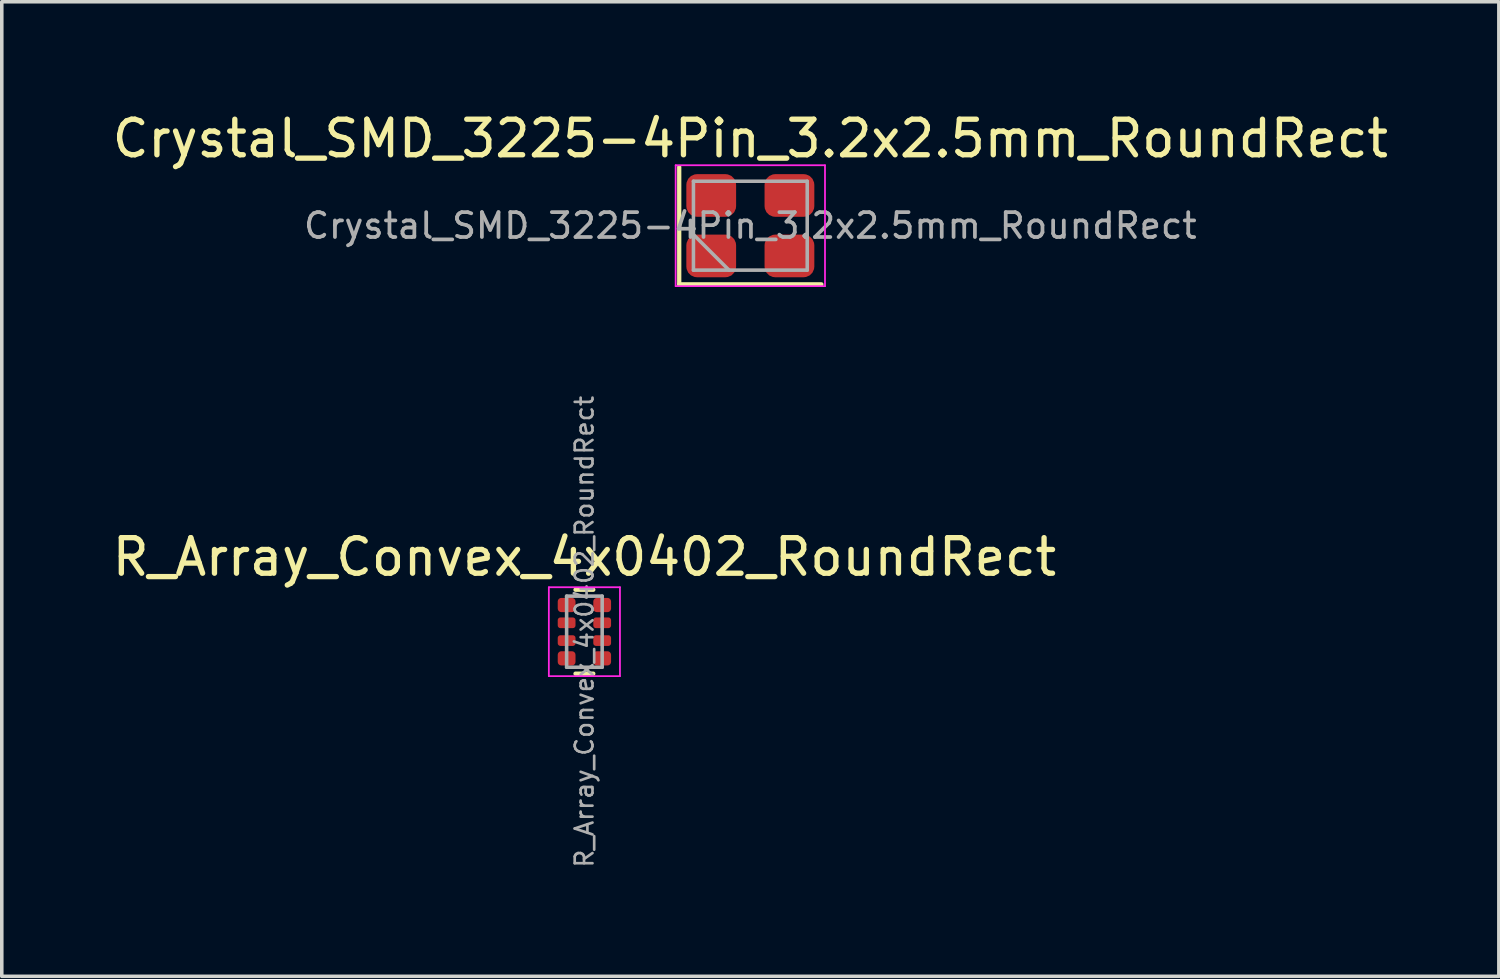
<source format=kicad_pcb>
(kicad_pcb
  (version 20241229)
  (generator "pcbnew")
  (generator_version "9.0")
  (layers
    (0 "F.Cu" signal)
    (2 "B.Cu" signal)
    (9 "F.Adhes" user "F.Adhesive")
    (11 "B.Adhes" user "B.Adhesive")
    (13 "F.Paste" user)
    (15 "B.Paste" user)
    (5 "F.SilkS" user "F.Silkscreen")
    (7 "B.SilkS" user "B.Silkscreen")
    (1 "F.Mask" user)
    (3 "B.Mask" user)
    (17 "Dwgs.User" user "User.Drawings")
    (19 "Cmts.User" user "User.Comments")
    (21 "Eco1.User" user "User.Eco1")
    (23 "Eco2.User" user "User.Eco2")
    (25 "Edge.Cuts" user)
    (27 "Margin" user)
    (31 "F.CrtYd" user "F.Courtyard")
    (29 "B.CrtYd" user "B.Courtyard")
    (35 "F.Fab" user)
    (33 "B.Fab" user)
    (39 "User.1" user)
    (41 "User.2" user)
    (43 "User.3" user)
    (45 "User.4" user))
  (footprint "R_Array_Convex_4x0402_RoundRect"
    (layer "F.Cu")
    (at 13.387 14.717)
    (property "Reference" "R_Array_Convex_4x0402_RoundRect" (at 0 -2.1 0) (layer "F.SilkS") (effects (font (size 1 1) (thickness 0.15))))
    (attr smd)
    (fp_line (start 0.25 -1.18) (end -0.25 -1.18) (stroke (width 0.12) (type solid)) (layer "F.SilkS"))
    (fp_line (start 0.25 1.18) (end -0.25 1.18) (stroke (width 0.12) (type solid)) (layer "F.SilkS"))
    (fp_line (start -1 -1.25) (end -1 1.25) (stroke (width 0.05) (type solid)) (layer "F.CrtYd"))
    (fp_line (start -1 -1.25) (end 1 -1.25) (stroke (width 0.05) (type solid)) (layer "F.CrtYd"))
    (fp_line (start 1 1.25) (end -1 1.25) (stroke (width 0.05) (type solid)) (layer "F.CrtYd"))
    (fp_line (start 1 1.25) (end 1 -1.25) (stroke (width 0.05) (type solid)) (layer "F.CrtYd"))
    (fp_line (start -0.5 -1) (end 0.5 -1) (stroke (width 0.1) (type solid)) (layer "F.Fab"))
    (fp_line (start -0.5 1) (end -0.5 -1) (stroke (width 0.1) (type solid)) (layer "F.Fab"))
    (fp_line (start 0.5 -1) (end 0.5 1) (stroke (width 0.1) (type solid)) (layer "F.Fab"))
    (fp_line (start 0.5 1) (end -0.5 1) (stroke (width 0.1) (type solid)) (layer "F.Fab"))
    (fp_text user "${REFERENCE}" (at 0 0 90) (layer "F.Fab") (effects (font (size 0.5 0.5) (thickness 0.075))))
    (pad "1" smd roundrect (at -0.5 -0.75) (size 0.5 0.4) (layers "F.Cu" "F.Mask" "F.Paste") (roundrect_rratio 0.25))
    (pad "2" smd roundrect (at -0.5 -0.25) (size 0.5 0.3) (layers "F.Cu" "F.Mask" "F.Paste") (roundrect_rratio 0.25))
    (pad "3" smd roundrect (at -0.5 0.25) (size 0.5 0.3) (layers "F.Cu" "F.Mask" "F.Paste") (roundrect_rratio 0.25))
    (pad "4" smd roundrect (at -0.5 0.75) (size 0.5 0.4) (layers "F.Cu" "F.Mask" "F.Paste") (roundrect_rratio 0.25))
    (pad "5" smd roundrect (at 0.5 0.75) (size 0.5 0.4) (layers "F.Cu" "F.Mask" "F.Paste") (roundrect_rratio 0.25))
    (pad "6" smd roundrect (at 0.5 0.25) (size 0.5 0.3) (layers "F.Cu" "F.Mask" "F.Paste") (roundrect_rratio 0.25))
    (pad "7" smd roundrect (at 0.5 -0.25) (size 0.5 0.3) (layers "F.Cu" "F.Mask" "F.Paste") (roundrect_rratio 0.25))
    (pad "8" smd roundrect (at 0.5 -0.75) (size 0.5 0.4) (layers "F.Cu" "F.Mask" "F.Paste") (roundrect_rratio 0.25)))
  (footprint "Crystal_SMD_3225-4Pin_3.2x2.5mm_RoundRect"
    (layer "F.Cu")
    (at 18.054 3.298)
    (property "Reference" "Crystal_SMD_3225-4Pin_3.2x2.5mm_RoundRect" (at 0 -2.45 0) (layer "F.SilkS") (effects (font (size 1 1) (thickness 0.15))))
    (attr smd)
    (fp_line (start -2 -1.65) (end -2 1.65) (stroke (width 0.12) (type solid)) (layer "F.SilkS"))
    (fp_line (start -2 1.65) (end 2 1.65) (stroke (width 0.12) (type solid)) (layer "F.SilkS"))
    (fp_line (start -2.1 -1.7) (end -2.1 1.7) (stroke (width 0.05) (type solid)) (layer "F.CrtYd"))
    (fp_line (start -2.1 1.7) (end 2.1 1.7) (stroke (width 0.05) (type solid)) (layer "F.CrtYd"))
    (fp_line (start 2.1 -1.7) (end -2.1 -1.7) (stroke (width 0.05) (type solid)) (layer "F.CrtYd"))
    (fp_line (start 2.1 1.7) (end 2.1 -1.7) (stroke (width 0.05) (type solid)) (layer "F.CrtYd"))
    (fp_line (start -1.6 -1.25) (end -1.6 1.25) (stroke (width 0.1) (type solid)) (layer "F.Fab"))
    (fp_line (start -1.6 0.25) (end -0.6 1.25) (stroke (width 0.1) (type solid)) (layer "F.Fab"))
    (fp_line (start -1.6 1.25) (end 1.6 1.25) (stroke (width 0.1) (type solid)) (layer "F.Fab"))
    (fp_line (start 1.6 -1.25) (end -1.6 -1.25) (stroke (width 0.1) (type solid)) (layer "F.Fab"))
    (fp_line (start 1.6 1.25) (end 1.6 -1.25) (stroke (width 0.1) (type solid)) (layer "F.Fab"))
    (fp_text user "${REFERENCE}" (at 0 0 0) (layer "F.Fab") (effects (font (size 0.7 0.7) (thickness 0.105))))
    (pad "1" smd roundrect (at -1.1 0.85) (size 1.4 1.2) (layers "F.Cu" "F.Mask" "F.Paste") (roundrect_rratio 0.25))
    (pad "2" smd roundrect (at 1.1 0.85) (size 1.4 1.2) (layers "F.Cu" "F.Mask" "F.Paste") (roundrect_rratio 0.25))
    (pad "3" smd roundrect (at 1.1 -0.85) (size 1.4 1.2) (layers "F.Cu" "F.Mask" "F.Paste") (roundrect_rratio 0.25))
    (pad "4" smd roundrect (at -1.1 -0.85) (size 1.4 1.2) (layers "F.Cu" "F.Mask" "F.Paste") (roundrect_rratio 0.25)))
  (gr_rect
    (start -3 -3)
    (end 39.107 24.41)
    (stroke (width 0.1) (type default))
    (fill no)
    (layer "Edge.Cuts")))
</source>
